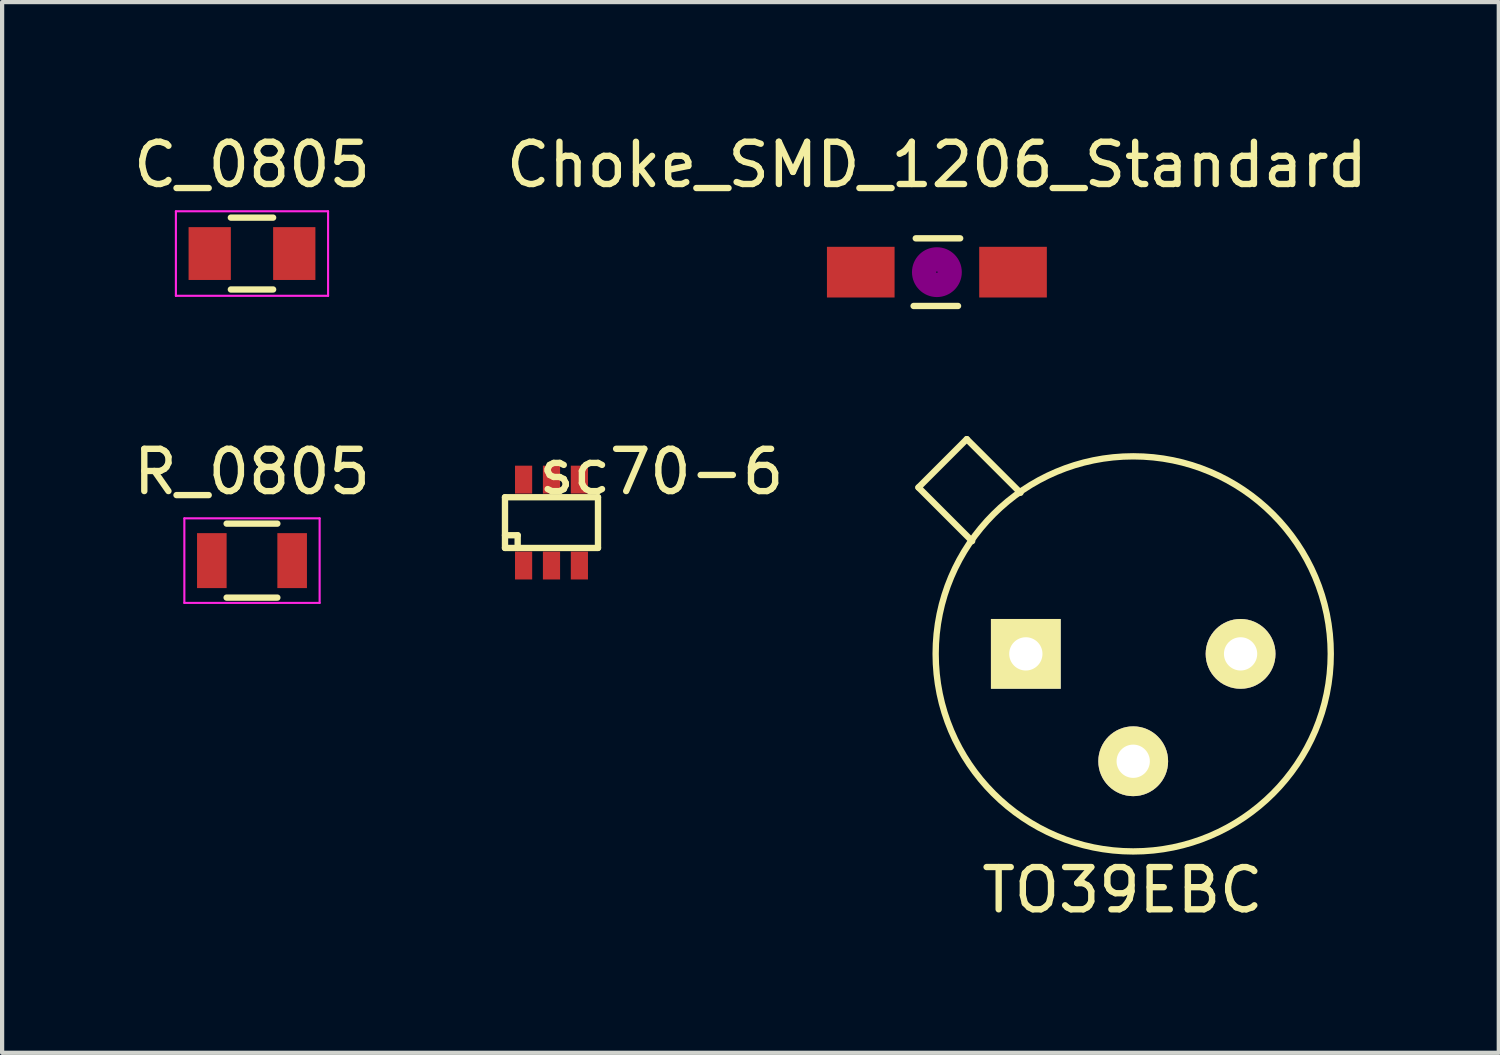
<source format=kicad_pcb>
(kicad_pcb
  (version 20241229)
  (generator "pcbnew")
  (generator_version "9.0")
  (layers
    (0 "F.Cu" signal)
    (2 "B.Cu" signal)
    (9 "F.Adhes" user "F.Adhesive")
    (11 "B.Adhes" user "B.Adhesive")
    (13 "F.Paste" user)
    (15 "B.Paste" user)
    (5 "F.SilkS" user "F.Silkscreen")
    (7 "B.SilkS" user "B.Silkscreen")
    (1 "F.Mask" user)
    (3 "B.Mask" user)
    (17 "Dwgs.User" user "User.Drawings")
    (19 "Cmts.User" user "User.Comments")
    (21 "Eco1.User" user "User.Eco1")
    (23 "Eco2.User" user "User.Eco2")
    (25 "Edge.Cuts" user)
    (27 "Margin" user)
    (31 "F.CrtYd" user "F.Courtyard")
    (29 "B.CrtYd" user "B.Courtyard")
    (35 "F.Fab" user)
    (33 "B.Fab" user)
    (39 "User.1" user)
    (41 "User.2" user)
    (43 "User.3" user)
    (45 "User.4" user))
  (footprint "TO39EBC"
    (layer "F.Cu")
    (at 23.757 12.418)
    (property "Reference" "TO39EBC" (at -0.254 5.588 0) (layer "F.SilkS") (effects (font (size 1 1) (thickness 0.15))))
    (attr through_hole)
    (fp_line (start -3.937 -5.08) (end -5.08 -3.937) (stroke (width 0.15) (type solid)) (layer "F.SilkS"))
    (fp_line (start -3.81 -2.667) (end -5.08 -3.937) (stroke (width 0.15) (type solid)) (layer "F.SilkS"))
    (fp_line (start -2.667 -3.81) (end -3.937 -5.08) (stroke (width 0.15) (type solid)) (layer "F.SilkS"))
    (fp_circle (center 0 0) (end 3.175 3.429) (stroke (width 0.15) (type solid)) (fill no) (layer "F.SilkS"))
    (pad "1" thru_hole rect (at -2.54 0) (size 1.651 1.651) (drill 0.787) (layers "*.Cu" "*.Mask" "F.SilkS"))
    (pad "2" thru_hole circle (at 0 2.54) (size 1.651 1.651) (drill 0.787) (layers "*.Cu" "*.Mask" "F.SilkS"))
    (pad "3" thru_hole circle (at 2.54 0) (size 1.651 1.651) (drill 0.787) (layers "*.Cu" "*.Mask" "F.SilkS")))
  (footprint "Choke_SMD_1206_Standard"
    (layer "F.Cu")
    (at 19.113 3.388)
    (property "Reference" "Choke_SMD_1206_Standard" (at 0 -2.54 0) (layer "F.SilkS") (effects (font (size 1 1) (thickness 0.15))))
    (attr smd)
    (fp_line (start -0.551 0.8) (end 0.5 0.8) (stroke (width 0.15) (type solid)) (layer "F.SilkS"))
    (fp_line (start 0.551 -0.8) (end -0.5 -0.8) (stroke (width 0.15) (type solid)) (layer "F.SilkS"))
    (fp_circle (center 0 0) (end 0.201 -0.051) (stroke (width 0.381) (type solid)) (fill no) (layer "F.Adhes"))
    (fp_circle (center 0 0) (end 0.399 0) (stroke (width 0.381) (type solid)) (fill no) (layer "F.Adhes"))
    (pad "1" smd rect (at -1.801 0) (size 1.6 1.199) (layers "F.Cu" "F.Mask" "F.Paste"))
    (pad "2" smd rect (at 1.801 0) (size 1.6 1.199) (layers "F.Cu" "F.Mask" "F.Paste")))
  (footprint "sc70-6"
    (layer "F.Cu")
    (at 9.996 9.312)
    (property "Reference" "sc70-6" (at 2.6 -1.2 0) (layer "F.SilkS") (effects (font (size 1 1) (thickness 0.15))))
    (attr smd)
    (fp_line (start -1.1 -0.6) (end -1.1 0.6) (stroke (width 0.15) (type solid)) (layer "F.SilkS"))
    (fp_line (start -1.1 0.3) (end -0.8 0.3) (stroke (width 0.15) (type solid)) (layer "F.SilkS"))
    (fp_line (start -1.1 0.6) (end 1.1 0.6) (stroke (width 0.15) (type solid)) (layer "F.SilkS"))
    (fp_line (start -0.8 0.3) (end -0.8 0.6) (stroke (width 0.15) (type solid)) (layer "F.SilkS"))
    (fp_line (start 1.1 -0.6) (end -1.1 -0.6) (stroke (width 0.15) (type solid)) (layer "F.SilkS"))
    (fp_line (start 1.1 0.6) (end 1.1 -0.6) (stroke (width 0.15) (type solid)) (layer "F.SilkS"))
    (pad "1" smd rect (at -0.66 1.016) (size 0.406 0.66) (layers "F.Cu" "F.Mask" "F.Paste"))
    (pad "2" smd rect (at 0 1.016) (size 0.406 0.66) (layers "F.Cu" "F.Mask" "F.Paste"))
    (pad "3" smd rect (at 0.66 1.016) (size 0.406 0.66) (layers "F.Cu" "F.Mask" "F.Paste"))
    (pad "4" smd rect (at 0.66 -1.016) (size 0.406 0.66) (layers "F.Cu" "F.Mask" "F.Paste"))
    (pad "5" smd rect (at 0 -1.016) (size 0.406 0.66) (layers "F.Cu" "F.Mask" "F.Paste"))
    (pad "6" smd rect (at -0.66 -1.016) (size 0.406 0.66) (layers "F.Cu" "F.Mask" "F.Paste")))
  (footprint "R_0805"
    (layer "F.Cu")
    (at 2.911 10.212)
    (property "Reference" "R_0805" (at 0 -2.1 0) (layer "F.SilkS") (effects (font (size 1 1) (thickness 0.15))))
    (attr smd)
    (fp_line (start -0.6 -0.875) (end 0.6 -0.875) (stroke (width 0.15) (type solid)) (layer "F.SilkS"))
    (fp_line (start 0.6 0.875) (end -0.6 0.875) (stroke (width 0.15) (type solid)) (layer "F.SilkS"))
    (fp_line (start -1.6 -1) (end -1.6 1) (stroke (width 0.05) (type solid)) (layer "F.CrtYd"))
    (fp_line (start -1.6 -1) (end 1.6 -1) (stroke (width 0.05) (type solid)) (layer "F.CrtYd"))
    (fp_line (start -1.6 1) (end 1.6 1) (stroke (width 0.05) (type solid)) (layer "F.CrtYd"))
    (fp_line (start 1.6 -1) (end 1.6 1) (stroke (width 0.05) (type solid)) (layer "F.CrtYd"))
    (pad "1" smd rect (at -0.95 0) (size 0.7 1.3) (layers "F.Cu" "F.Mask" "F.Paste"))
    (pad "2" smd rect (at 0.95 0) (size 0.7 1.3) (layers "F.Cu" "F.Mask" "F.Paste")))
  (footprint "C_0805"
    (layer "F.Cu")
    (at 2.911 2.948)
    (property "Reference" "C_0805" (at 0 -2.1 0) (layer "F.SilkS") (effects (font (size 1 1) (thickness 0.15))))
    (attr smd)
    (fp_line (start -0.5 0.85) (end 0.5 0.85) (stroke (width 0.15) (type solid)) (layer "F.SilkS"))
    (fp_line (start 0.5 -0.85) (end -0.5 -0.85) (stroke (width 0.15) (type solid)) (layer "F.SilkS"))
    (fp_line (start -1.8 -1) (end -1.8 1) (stroke (width 0.05) (type solid)) (layer "F.CrtYd"))
    (fp_line (start -1.8 -1) (end 1.8 -1) (stroke (width 0.05) (type solid)) (layer "F.CrtYd"))
    (fp_line (start -1.8 1) (end 1.8 1) (stroke (width 0.05) (type solid)) (layer "F.CrtYd"))
    (fp_line (start 1.8 -1) (end 1.8 1) (stroke (width 0.05) (type solid)) (layer "F.CrtYd"))
    (pad "1" smd rect (at -1 0) (size 1 1.25) (layers "F.Cu" "F.Mask" "F.Paste"))
    (pad "2" smd rect (at 1 0) (size 1 1.25) (layers "F.Cu" "F.Mask" "F.Paste")))
  (gr_rect
    (start -3 -3)
    (end 32.405 21.855)
    (stroke (width 0.1) (type default))
    (fill no)
    (layer "Edge.Cuts")))
</source>
